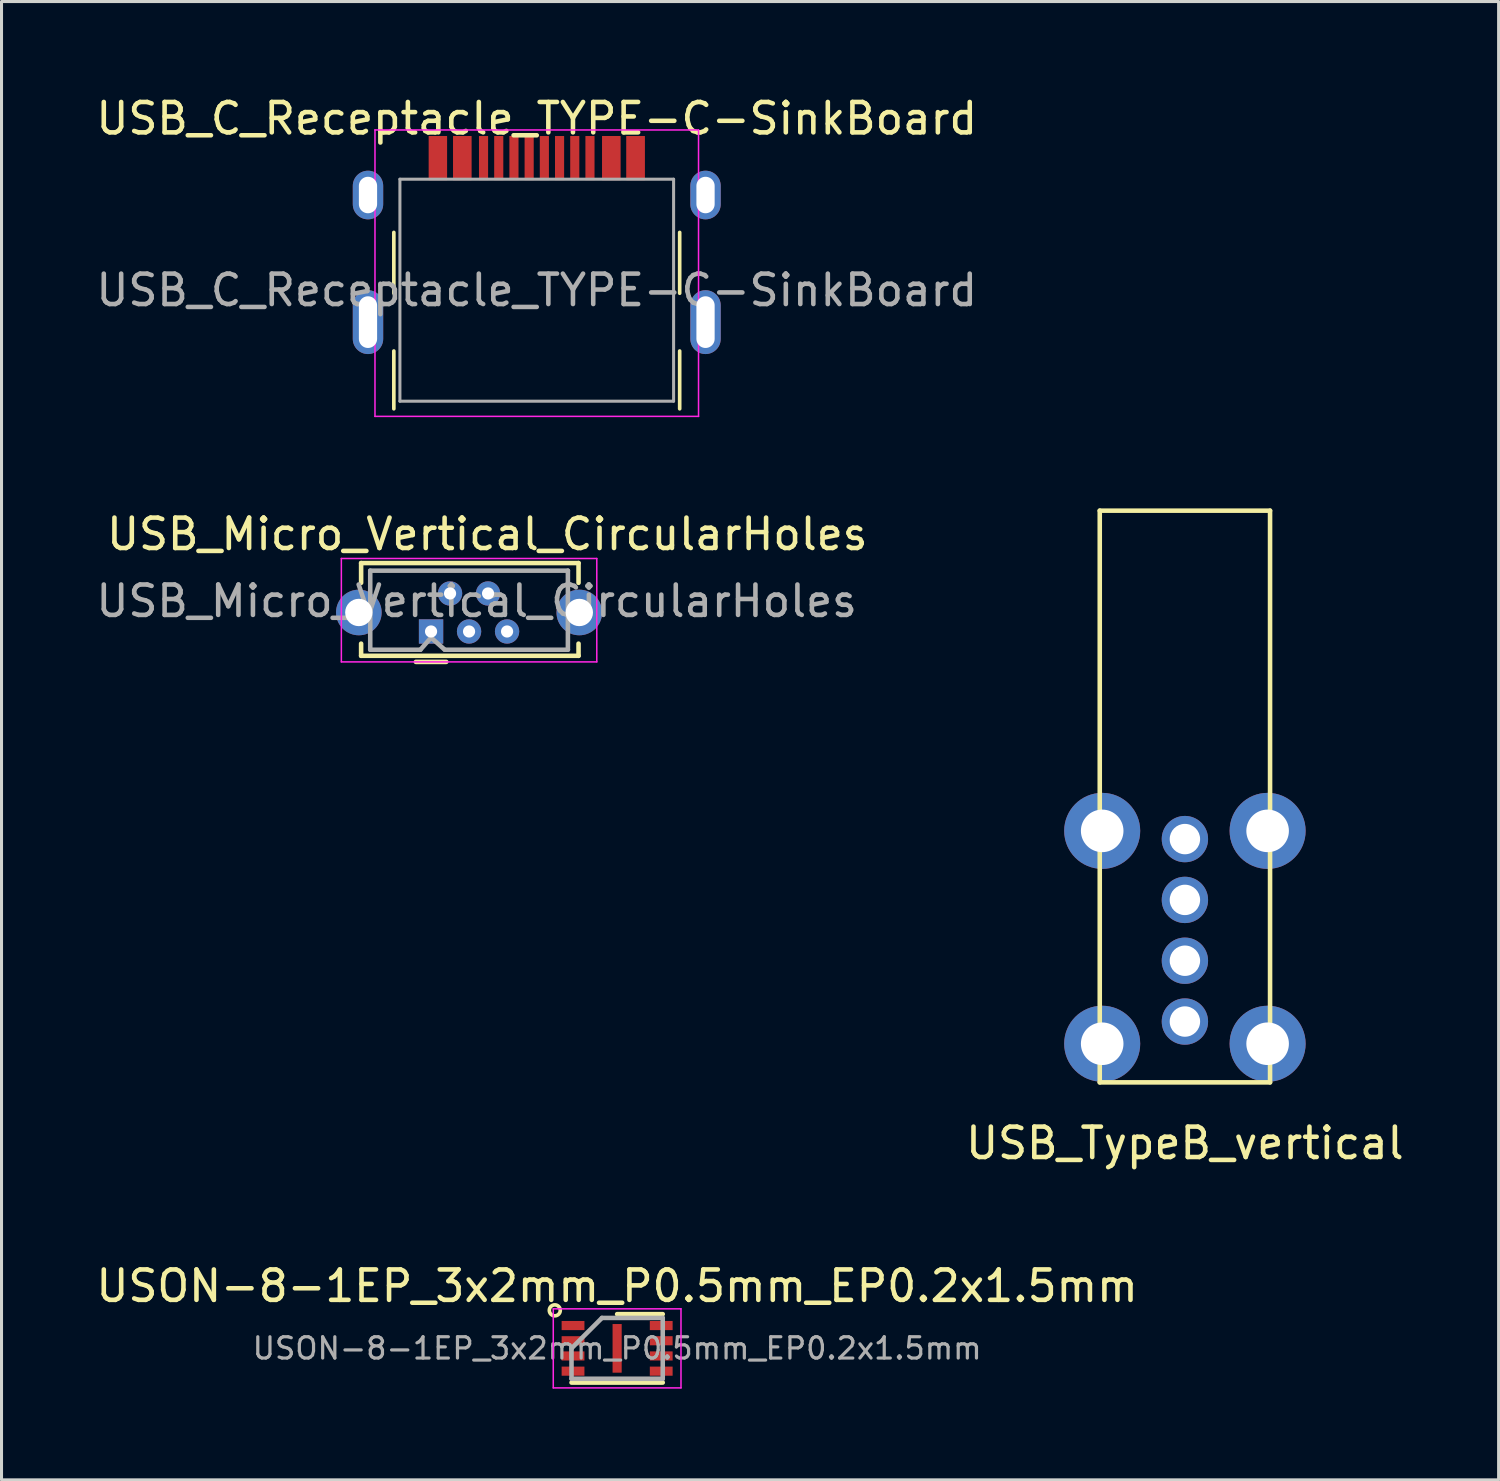
<source format=kicad_pcb>
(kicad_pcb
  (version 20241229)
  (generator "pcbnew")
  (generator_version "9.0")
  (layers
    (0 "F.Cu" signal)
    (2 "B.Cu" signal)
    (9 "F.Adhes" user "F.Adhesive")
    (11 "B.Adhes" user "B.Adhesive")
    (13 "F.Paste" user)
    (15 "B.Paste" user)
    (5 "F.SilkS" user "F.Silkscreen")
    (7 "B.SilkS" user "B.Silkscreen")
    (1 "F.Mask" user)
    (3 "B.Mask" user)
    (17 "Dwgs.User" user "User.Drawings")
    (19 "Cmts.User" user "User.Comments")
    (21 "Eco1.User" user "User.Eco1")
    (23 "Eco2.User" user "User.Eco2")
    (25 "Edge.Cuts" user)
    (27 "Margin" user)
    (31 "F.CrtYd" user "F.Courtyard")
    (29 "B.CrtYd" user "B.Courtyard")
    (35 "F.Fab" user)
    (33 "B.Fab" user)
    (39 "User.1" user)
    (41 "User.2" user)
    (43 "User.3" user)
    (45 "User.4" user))
  (footprint "USB_Micro_Vertical_CircularHoles"
    (layer "F.Cu")
    (at 12.375 17.716)
    (property "Reference" "USB_Micro_Vertical_CircularHoles" (at 0.6 -3.2 0) (layer "F.SilkS") (effects (font (size 1 1) (thickness 0.15))))
    (attr through_hole)
    (fp_line (start -3.55 -2.25) (end 3.6 -2.25) (stroke (width 0.15) (type solid)) (layer "F.SilkS"))
    (fp_line (start -3.55 -1.6) (end -3.55 -2.25) (stroke (width 0.15) (type solid)) (layer "F.SilkS"))
    (fp_line (start -3.55 0.4) (end -3.55 0.8) (stroke (width 0.15) (type solid)) (layer "F.SilkS"))
    (fp_line (start -3.55 0.8) (end 3.6 0.8) (stroke (width 0.15) (type solid)) (layer "F.SilkS"))
    (fp_line (start -1.75 1) (end -0.75 1) (stroke (width 0.15) (type solid)) (layer "F.SilkS"))
    (fp_line (start 3.6 -2.25) (end 3.6 -1.6) (stroke (width 0.15) (type solid)) (layer "F.SilkS"))
    (fp_line (start 3.6 0.8) (end 3.6 0.4) (stroke (width 0.15) (type solid)) (layer "F.SilkS"))
    (fp_line (start -4.2 -2.4) (end -4.2 1) (stroke (width 0.05) (type solid)) (layer "F.CrtYd"))
    (fp_line (start -4.2 1) (end 4.2 1) (stroke (width 0.05) (type solid)) (layer "F.CrtYd"))
    (fp_line (start 4.2 -2.4) (end -4.2 -2.4) (stroke (width 0.05) (type solid)) (layer "F.CrtYd"))
    (fp_line (start 4.2 1) (end 4.2 -2.4) (stroke (width 0.05) (type solid)) (layer "F.CrtYd"))
    (fp_line (start -3.25 0.6) (end -3.25 -2) (stroke (width 0.15) (type solid)) (layer "F.Fab"))
    (fp_line (start -3.25 0.6) (end -1.6 0.6) (stroke (width 0.15) (type solid)) (layer "F.Fab"))
    (fp_line (start -1.6 0.6) (end -1.25 0.2) (stroke (width 0.15) (type solid)) (layer "F.Fab"))
    (fp_line (start -1.25 0.2) (end -0.8 0.6) (stroke (width 0.15) (type solid)) (layer "F.Fab"))
    (fp_line (start -0.8 0.6) (end 3.25 0.6) (stroke (width 0.15) (type solid)) (layer "F.Fab"))
    (fp_line (start 3.25 -2) (end -3.25 -2) (stroke (width 0.15) (type solid)) (layer "F.Fab"))
    (fp_line (start 3.25 -2) (end 3.25 0.6) (stroke (width 0.15) (type solid)) (layer "F.Fab"))
    (fp_text user "${REFERENCE}" (at 0.25 -1 0) (layer "F.Fab") (effects (font (size 1 1) (thickness 0.15))))
    (pad "1" thru_hole rect (at -1.25 0) (size 0.8 0.8) (drill 0.4) (layers "*.Cu" "*.Mask"))
    (pad "2" thru_hole circle (at -0.625 -1.25) (size 0.8 0.8) (drill 0.4) (layers "*.Cu" "*.Mask"))
    (pad "3" thru_hole circle (at 0 0) (size 0.8 0.8) (drill 0.4) (layers "*.Cu" "*.Mask"))
    (pad "4" thru_hole circle (at 0.625 -1.25) (size 0.8 0.8) (drill 0.4) (layers "*.Cu" "*.Mask"))
    (pad "5" thru_hole circle (at 1.25 0) (size 0.8 0.8) (drill 0.4) (layers "*.Cu" "*.Mask"))
    (pad "6" thru_hole circle (at -3.625 -0.625) (size 1.5 1.5) (drill 0.9) (layers "*.Cu" "*.Mask"))
    (pad "6" thru_hole circle (at 3.625 -0.625) (size 1.5 1.5) (drill 0.9) (layers "*.Cu" "*.Mask")))
  (footprint "USON-8-1EP_3x2mm_P0.5mm_EP0.2x1.5mm"
    (layer "F.Cu")
    (at 17.244 41.29)
    (property "Reference" "USON-8-1EP_3x2mm_P0.5mm_EP0.2x1.5mm" (at 0 -2.05 0) (layer "F.SilkS") (effects (font (size 1 1) (thickness 0.15))))
    (attr smd)
    (fp_line (start -1.5 1.125) (end 1.5 1.125) (stroke (width 0.15) (type solid)) (layer "F.SilkS"))
    (fp_line (start 0 -1.125) (end 1.5 -1.125) (stroke (width 0.15) (type solid)) (layer "F.SilkS"))
    (fp_circle (center -2.05 -1.25) (end -1.9 -1.35) (stroke (width 0.12) (type solid)) (fill no) (layer "F.SilkS"))
    (fp_line (start -2.1 -1.3) (end -2.1 1.3) (stroke (width 0.05) (type solid)) (layer "F.CrtYd"))
    (fp_line (start -2.1 -1.3) (end 2.1 -1.3) (stroke (width 0.05) (type solid)) (layer "F.CrtYd"))
    (fp_line (start -2.1 1.3) (end 2.1 1.3) (stroke (width 0.05) (type solid)) (layer "F.CrtYd"))
    (fp_line (start 2.1 -1.3) (end 2.1 1.3) (stroke (width 0.05) (type solid)) (layer "F.CrtYd"))
    (fp_line (start -1.5 0) (end -0.5 -1) (stroke (width 0.15) (type solid)) (layer "F.Fab"))
    (fp_line (start -1.5 1) (end -1.5 0) (stroke (width 0.15) (type solid)) (layer "F.Fab"))
    (fp_line (start -0.5 -1) (end 1.5 -1) (stroke (width 0.15) (type solid)) (layer "F.Fab"))
    (fp_line (start 1.5 -1) (end 1.5 1) (stroke (width 0.15) (type solid)) (layer "F.Fab"))
    (fp_line (start 1.5 1) (end -1.5 1) (stroke (width 0.15) (type solid)) (layer "F.Fab"))
    (fp_text user "${REFERENCE}" (at 0 0 0) (layer "F.Fab") (effects (font (size 0.7 0.7) (thickness 0.105))))
    (pad "1" smd rect (at -1.45 -0.75) (size 0.75 0.3) (layers "F.Cu" "F.Mask" "F.Paste"))
    (pad "2" smd rect (at -1.45 -0.25) (size 0.75 0.3) (layers "F.Cu" "F.Mask" "F.Paste"))
    (pad "3" smd rect (at -1.45 0.25) (size 0.75 0.3) (layers "F.Cu" "F.Mask" "F.Paste"))
    (pad "4" smd rect (at -1.45 0.75) (size 0.75 0.3) (layers "F.Cu" "F.Mask" "F.Paste"))
    (pad "5" smd rect (at 1.45 0.75) (size 0.75 0.3) (layers "F.Cu" "F.Mask" "F.Paste"))
    (pad "6" smd rect (at 1.45 0.25) (size 0.75 0.3) (layers "F.Cu" "F.Mask" "F.Paste"))
    (pad "7" smd rect (at 1.45 -0.25) (size 0.75 0.3) (layers "F.Cu" "F.Mask" "F.Paste"))
    (pad "8" smd rect (at 1.45 -0.75) (size 0.75 0.3) (layers "F.Cu" "F.Mask" "F.Paste"))
    (pad "9" smd rect (at 0 0) (size 0.3 1.6) (layers "F.Cu" "F.Mask" "F.Paste")))
  (footprint "USB_TypeB_vertical"
    (layer "F.Cu")
    (at 35.915 30.543)
    (property "Reference" "USB_TypeB_vertical" (at 0 4 0) (layer "F.SilkS") (effects (font (size 1 1) (thickness 0.15))))
    (attr through_hole)
    (fp_line (start -2.8 -16.8) (end 2.8 -16.8) (stroke (width 0.15) (type solid)) (layer "F.SilkS"))
    (fp_line (start -2.8 2) (end -2.8 -16.8) (stroke (width 0.15) (type solid)) (layer "F.SilkS"))
    (fp_line (start 2.8 -16.8) (end 2.8 2) (stroke (width 0.15) (type solid)) (layer "F.SilkS"))
    (fp_line (start 2.8 2) (end -2.8 2) (stroke (width 0.15) (type solid)) (layer "F.SilkS"))
    (pad "1" thru_hole circle (at 0 0) (size 1.524 1.524) (drill 1) (layers "*.Cu" "*.Mask"))
    (pad "2" thru_hole circle (at 0 -2) (size 1.524 1.524) (drill 1) (layers "*.Cu" "*.Mask"))
    (pad "3" thru_hole circle (at 0 -4) (size 1.524 1.524) (drill 1) (layers "*.Cu" "*.Mask"))
    (pad "4" thru_hole circle (at 0 -6) (size 1.524 1.524) (drill 1) (layers "*.Cu" "*.Mask"))
    (pad "5" thru_hole circle (at -2.72 -6.27) (size 2.5 2.5) (drill 1.4) (layers "*.Cu" "*.Mask"))
    (pad "5" thru_hole circle (at -2.72 0.73) (size 2.5 2.5) (drill 1.4) (layers "*.Cu" "*.Mask"))
    (pad "5" thru_hole circle (at 2.72 -6.27) (size 2.5 2.5) (drill 1.4) (layers "*.Cu" "*.Mask"))
    (pad "5" thru_hole circle (at 2.72 0.73) (size 2.5 2.5) (drill 1.4) (layers "*.Cu" "*.Mask")))
  (footprint "USB_C_Receptacle_TYPE-C-SinkBoard"
    (layer "F.Cu")
    (at 14.601 6.493)
    (property "Reference" "USB_C_Receptacle_TYPE-C-SinkBoard" (at 0 -5.645 0) (layer "F.SilkS") (effects (font (size 1 1) (thickness 0.15))))
    (attr smd)
    (fp_line (start -4.7 -1.9) (end -4.7 0.1) (stroke (width 0.12) (type solid)) (layer "F.SilkS"))
    (fp_line (start -4.7 2) (end -4.7 3.9) (stroke (width 0.12) (type solid)) (layer "F.SilkS"))
    (fp_line (start 4.7 -1.9) (end 4.7 0.1) (stroke (width 0.12) (type solid)) (layer "F.SilkS"))
    (fp_line (start 4.7 2) (end 4.7 3.9) (stroke (width 0.12) (type solid)) (layer "F.SilkS"))
    (fp_line (start -5.32 -5.27) (end -5.32 4.15) (stroke (width 0.05) (type solid)) (layer "F.CrtYd"))
    (fp_line (start -5.32 -5.27) (end 5.32 -5.27) (stroke (width 0.05) (type solid)) (layer "F.CrtYd"))
    (fp_line (start -5.32 4.15) (end 5.32 4.15) (stroke (width 0.05) (type solid)) (layer "F.CrtYd"))
    (fp_line (start 5.32 -5.27) (end 5.32 4.15) (stroke (width 0.05) (type solid)) (layer "F.CrtYd"))
    (fp_line (start -4.5 -3.65) (end -4.5 3.65) (stroke (width 0.1) (type solid)) (layer "F.Fab"))
    (fp_line (start -4.5 -3.65) (end 4.5 -3.65) (stroke (width 0.1) (type solid)) (layer "F.Fab"))
    (fp_line (start -4.5 3.65) (end 4.5 3.65) (stroke (width 0.1) (type solid)) (layer "F.Fab"))
    (fp_line (start 4.5 -3.65) (end 4.5 3.65) (stroke (width 0.1) (type solid)) (layer "F.Fab"))
    (fp_text user "${REFERENCE}" (at 0 0 0) (layer "F.Fab") (effects (font (size 1 1) (thickness 0.15))))
    (pad "A1" smd rect (at -3.25 -4.345) (size 0.6 1.45) (layers "F.Cu" "F.Mask" "F.Paste"))
    (pad "A4" smd rect (at -2.45 -4.345) (size 0.6 1.45) (layers "F.Cu" "F.Mask" "F.Paste"))
    (pad "A5" smd rect (at -1.25 -4.345) (size 0.3 1.45) (layers "F.Cu" "F.Mask" "F.Paste"))
    (pad "A6" smd rect (at -0.25 -4.345) (size 0.3 1.45) (layers "F.Cu" "F.Mask" "F.Paste"))
    (pad "A7" smd rect (at 0.25 -4.345) (size 0.3 1.45) (layers "F.Cu" "F.Mask" "F.Paste"))
    (pad "A8" smd rect (at 1.25 -4.345) (size 0.3 1.45) (layers "F.Cu" "F.Mask" "F.Paste"))
    (pad "A9" smd rect (at 2.45 -4.345) (size 0.6 1.45) (layers "F.Cu" "F.Mask" "F.Paste"))
    (pad "A12" smd rect (at 3.25 -4.345) (size 0.6 1.45) (layers "F.Cu" "F.Mask" "F.Paste"))
    (pad "B1" smd rect (at 3.25 -4.345) (size 0.6 1.45) (layers "F.Cu" "F.Mask" "F.Paste"))
    (pad "B4" smd rect (at 2.45 -4.345) (size 0.6 1.45) (layers "F.Cu" "F.Mask" "F.Paste"))
    (pad "B5" smd rect (at 1.75 -4.345) (size 0.3 1.45) (layers "F.Cu" "F.Mask" "F.Paste"))
    (pad "B6" smd rect (at 0.75 -4.345) (size 0.3 1.45) (layers "F.Cu" "F.Mask" "F.Paste"))
    (pad "B7" smd rect (at -0.75 -4.345) (size 0.3 1.45) (layers "F.Cu" "F.Mask" "F.Paste"))
    (pad "B8" smd rect (at -1.75 -4.345) (size 0.3 1.45) (layers "F.Cu" "F.Mask" "F.Paste"))
    (pad "B9" smd rect (at -2.45 -4.345) (size 0.6 1.45) (layers "F.Cu" "F.Mask" "F.Paste"))
    (pad "B12" smd rect (at -3.25 -4.345) (size 0.6 1.45) (layers "F.Cu" "F.Mask" "F.Paste"))
    (pad "S1" thru_hole oval (at -5.55 -3.13) (size 1 1.6) (drill oval 0.6 1.2) (layers "*.Cu" "*.Mask"))
    (pad "S1" thru_hole oval (at -5.55 1.05) (size 1 2.1) (drill oval 0.6 1.7) (layers "*.Cu" "*.Mask"))
    (pad "S1" thru_hole oval (at 5.55 -3.13) (size 1 1.6) (drill oval 0.6 1.2) (layers "*.Cu" "*.Mask"))
    (pad "S1" thru_hole oval (at 5.55 1.05) (size 1 2.1) (drill oval 0.6 1.7) (layers "*.Cu" "*.Mask")))
  (gr_rect
    (start -3 -3)
    (end 46.231 45.615)
    (stroke (width 0.1) (type default))
    (fill no)
    (layer "Edge.Cuts")))
</source>
